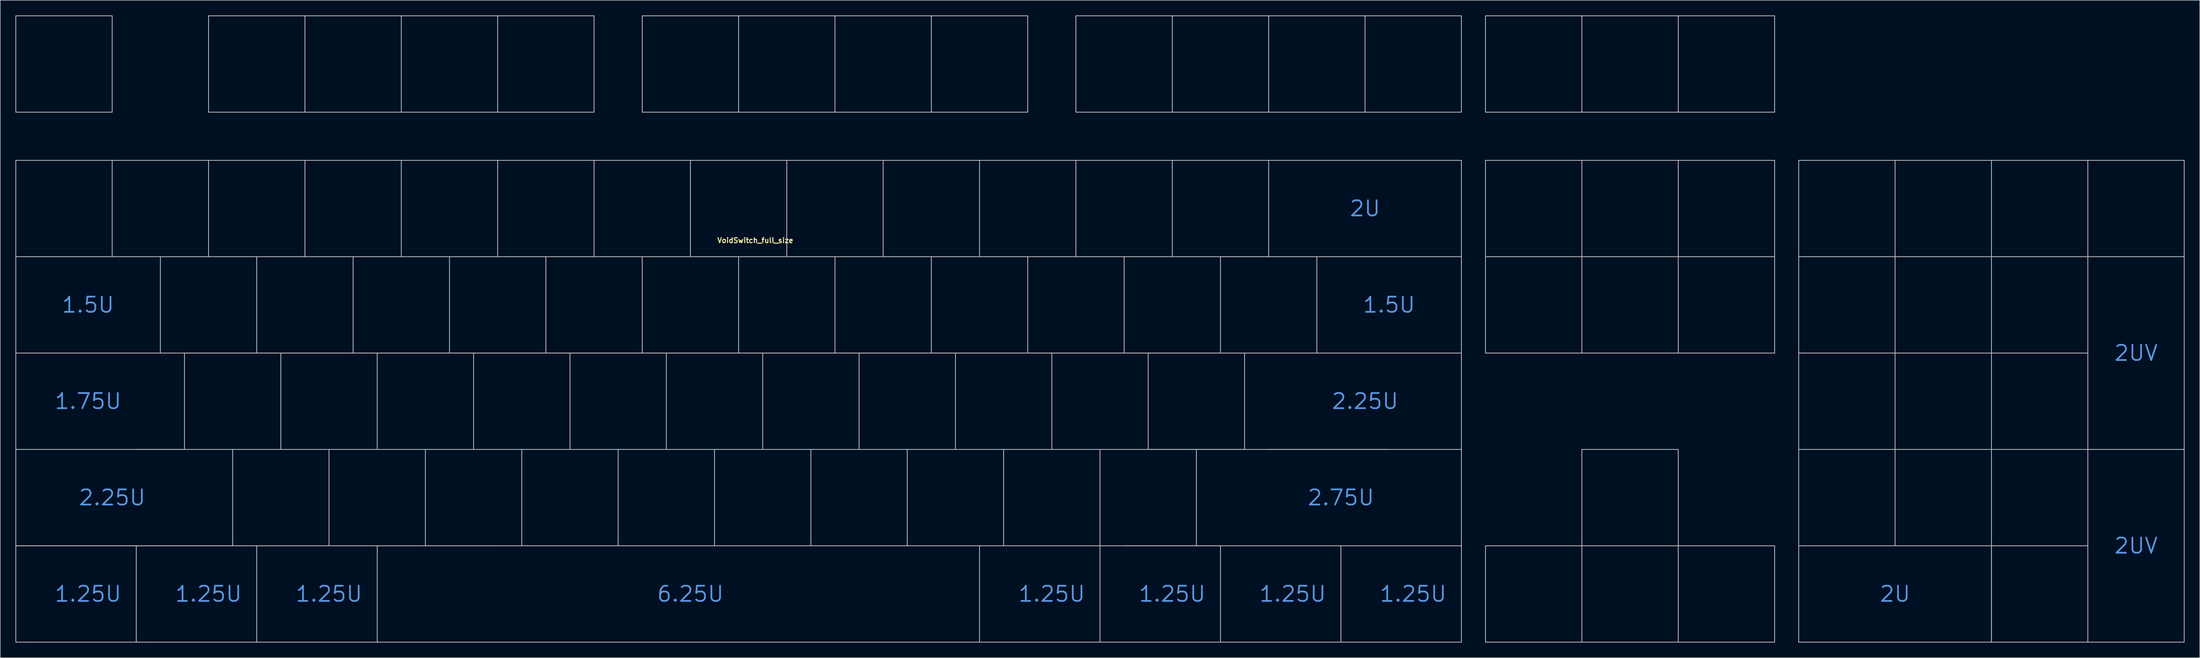
<source format=kicad_pcb>
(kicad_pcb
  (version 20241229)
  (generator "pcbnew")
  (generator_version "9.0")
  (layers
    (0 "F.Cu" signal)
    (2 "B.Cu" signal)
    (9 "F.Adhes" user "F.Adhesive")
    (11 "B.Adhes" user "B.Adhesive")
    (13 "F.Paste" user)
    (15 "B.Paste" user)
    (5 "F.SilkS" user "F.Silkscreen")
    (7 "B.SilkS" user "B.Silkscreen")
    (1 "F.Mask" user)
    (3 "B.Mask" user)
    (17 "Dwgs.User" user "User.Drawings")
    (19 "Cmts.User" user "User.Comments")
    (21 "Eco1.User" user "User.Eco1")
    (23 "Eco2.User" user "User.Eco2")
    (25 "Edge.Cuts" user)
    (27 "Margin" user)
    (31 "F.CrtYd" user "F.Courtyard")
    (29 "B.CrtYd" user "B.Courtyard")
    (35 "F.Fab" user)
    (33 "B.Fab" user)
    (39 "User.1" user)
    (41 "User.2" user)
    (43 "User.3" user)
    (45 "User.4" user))
  (footprint "VoidSwitch_full_size"
    (layer "F.Cu")
    (at 142.95 38.175)
    (property "Reference" "VoidSwitch_full_size" (at 3.3 6.3 0) (layer "F.SilkS") (effects (font (size 1 1) (thickness 0.2))))
    (attr smd exclude_from_bom)
    (fp_line (start -142.875 -38.1) (end -142.875 -19.05) (stroke (width 0.15) (type solid)) (layer "Dwgs.User"))
    (fp_line (start -142.875 -38.1) (end -123.825 -38.1) (stroke (width 0.15) (type solid)) (layer "Dwgs.User"))
    (fp_line (start -142.875 -19.05) (end -123.825 -19.05) (stroke (width 0.15) (type solid)) (layer "Dwgs.User"))
    (fp_line (start -142.875 -9.525) (end -142.875 9.525) (stroke (width 0.15) (type solid)) (layer "Dwgs.User"))
    (fp_line (start -142.875 -9.525) (end -123.825 -9.525) (stroke (width 0.15) (type solid)) (layer "Dwgs.User"))
    (fp_line (start -142.875 28.575) (end -142.875 47.625) (stroke (width 0.15) (type solid)) (layer "Dwgs.User"))
    (fp_line (start -142.875 47.625) (end -142.875 66.675) (stroke (width 0.15) (type solid)) (layer "Dwgs.User"))
    (fp_line (start -142.874 66.676) (end -119.062 66.676) (stroke (width 0.15) (type solid)) (layer "Dwgs.User"))
    (fp_line (start -142.874 85.726) (end -142.874 66.676) (stroke (width 0.15) (type solid)) (layer "Dwgs.User"))
    (fp_line (start -142.873 28.575) (end -142.873 9.525) (stroke (width 0.15) (type solid)) (layer "Dwgs.User"))
    (fp_line (start -123.825 -38.1) (end -123.825 -19.05) (stroke (width 0.15) (type solid)) (layer "Dwgs.User"))
    (fp_line (start -123.825 -9.525) (end -104.775 -9.525) (stroke (width 0.15) (type solid)) (layer "Dwgs.User"))
    (fp_line (start -123.825 9.525) (end -142.875 9.525) (stroke (width 0.15) (type solid)) (layer "Dwgs.User"))
    (fp_line (start -123.825 9.525) (end -123.825 -9.525) (stroke (width 0.15) (type solid)) (layer "Dwgs.User"))
    (fp_line (start -119.062 47.625) (end -100.013 47.625) (stroke (width 0.15) (type solid)) (layer "Dwgs.User"))
    (fp_line (start -119.062 66.676) (end -119.062 85.726) (stroke (width 0.15) (type solid)) (layer "Dwgs.User"))
    (fp_line (start -119.062 85.725) (end -142.874 85.726) (stroke (width 0.15) (type solid)) (layer "Dwgs.User"))
    (fp_line (start -119.061 66.676) (end -95.25 66.676) (stroke (width 0.15) (type solid)) (layer "Dwgs.User"))
    (fp_line (start -114.3 28.575) (end -142.873 28.575) (stroke (width 0.15) (type solid)) (layer "Dwgs.User"))
    (fp_line (start -114.3 28.575) (end -114.3 9.525) (stroke (width 0.15) (type solid)) (layer "Dwgs.User"))
    (fp_line (start -109.537 28.575) (end -90.487 28.575) (stroke (width 0.15) (type solid)) (layer "Dwgs.User"))
    (fp_line (start -109.537 47.625) (end -142.875 47.625) (stroke (width 0.15) (type solid)) (layer "Dwgs.User"))
    (fp_line (start -109.537 47.625) (end -109.537 28.575) (stroke (width 0.15) (type solid)) (layer "Dwgs.User"))
    (fp_line (start -104.775 -38.1) (end -104.775 -19.05) (stroke (width 0.15) (type solid)) (layer "Dwgs.User"))
    (fp_line (start -104.775 -38.1) (end -85.725 -38.1) (stroke (width 0.15) (type solid)) (layer "Dwgs.User"))
    (fp_line (start -104.775 -19.05) (end -85.725 -19.05) (stroke (width 0.15) (type solid)) (layer "Dwgs.User"))
    (fp_line (start -104.775 -9.525) (end -104.775 9.525) (stroke (width 0.15) (type solid)) (layer "Dwgs.User"))
    (fp_line (start -104.775 -9.525) (end -85.725 -9.525) (stroke (width 0.15) (type solid)) (layer "Dwgs.User"))
    (fp_line (start -104.775 9.525) (end -123.825 9.525) (stroke (width 0.15) (type solid)) (layer "Dwgs.User"))
    (fp_line (start -100.013 47.625) (end -80.963 47.625) (stroke (width 0.15) (type solid)) (layer "Dwgs.User"))
    (fp_line (start -100.013 66.675) (end -142.875 66.675) (stroke (width 0.15) (type solid)) (layer "Dwgs.User"))
    (fp_line (start -100.013 66.675) (end -100.013 47.625) (stroke (width 0.15) (type solid)) (layer "Dwgs.User"))
    (fp_line (start -95.25 9.525) (end -95.25 28.575) (stroke (width 0.15) (type solid)) (layer "Dwgs.User"))
    (fp_line (start -95.25 28.575) (end -114.3 28.575) (stroke (width 0.15) (type solid)) (layer "Dwgs.User"))
    (fp_line (start -95.25 66.676) (end -95.25 85.726) (stroke (width 0.15) (type solid)) (layer "Dwgs.User"))
    (fp_line (start -95.25 85.725) (end -119.061 85.726) (stroke (width 0.15) (type solid)) (layer "Dwgs.User"))
    (fp_line (start -95.249 66.676) (end -71.438 66.676) (stroke (width 0.15) (type solid)) (layer "Dwgs.User"))
    (fp_line (start -90.487 28.575) (end -90.487 47.625) (stroke (width 0.15) (type solid)) (layer "Dwgs.User"))
    (fp_line (start -90.487 28.575) (end -71.438 28.575) (stroke (width 0.15) (type solid)) (layer "Dwgs.User"))
    (fp_line (start -85.725 -38.1) (end -85.725 -19.05) (stroke (width 0.15) (type solid)) (layer "Dwgs.User"))
    (fp_line (start -85.725 -38.1) (end -66.675 -38.1) (stroke (width 0.15) (type solid)) (layer "Dwgs.User"))
    (fp_line (start -85.725 -19.05) (end -66.675 -19.05) (stroke (width 0.15) (type solid)) (layer "Dwgs.User"))
    (fp_line (start -85.725 -9.525) (end -85.725 9.525) (stroke (width 0.15) (type solid)) (layer "Dwgs.User"))
    (fp_line (start -85.725 -9.525) (end -66.675 -9.525) (stroke (width 0.15) (type solid)) (layer "Dwgs.User"))
    (fp_line (start -85.725 9.525) (end -104.775 9.525) (stroke (width 0.15) (type solid)) (layer "Dwgs.User"))
    (fp_line (start -80.963 47.625) (end -80.963 66.675) (stroke (width 0.15) (type solid)) (layer "Dwgs.User"))
    (fp_line (start -80.963 47.625) (end -61.913 47.625) (stroke (width 0.15) (type solid)) (layer "Dwgs.User"))
    (fp_line (start -76.2 9.525) (end -76.2 28.575) (stroke (width 0.15) (type solid)) (layer "Dwgs.User"))
    (fp_line (start -76.2 28.575) (end -95.25 28.575) (stroke (width 0.15) (type solid)) (layer "Dwgs.User"))
    (fp_line (start -71.438 28.575) (end -71.438 47.625) (stroke (width 0.15) (type solid)) (layer "Dwgs.User"))
    (fp_line (start -71.438 28.575) (end -52.388 28.575) (stroke (width 0.15) (type solid)) (layer "Dwgs.User"))
    (fp_line (start -71.438 85.725) (end -95.249 85.726) (stroke (width 0.15) (type solid)) (layer "Dwgs.User"))
    (fp_line (start -71.436 66.676) (end -47.625 66.676) (stroke (width 0.15) (type solid)) (layer "Dwgs.User"))
    (fp_line (start -71.436 85.726) (end -71.436 66.676) (stroke (width 0.15) (type solid)) (layer "Dwgs.User"))
    (fp_line (start -66.675 -38.1) (end -66.675 -19.05) (stroke (width 0.15) (type solid)) (layer "Dwgs.User"))
    (fp_line (start -66.675 -38.1) (end -47.625 -38.1) (stroke (width 0.15) (type solid)) (layer "Dwgs.User"))
    (fp_line (start -66.675 -19.05) (end -47.625 -19.05) (stroke (width 0.15) (type solid)) (layer "Dwgs.User"))
    (fp_line (start -66.675 -9.525) (end -47.625 -9.525) (stroke (width 0.15) (type solid)) (layer "Dwgs.User"))
    (fp_line (start -66.675 9.525) (end -85.725 9.525) (stroke (width 0.15) (type solid)) (layer "Dwgs.User"))
    (fp_line (start -66.675 9.525) (end -66.675 -9.525) (stroke (width 0.15) (type solid)) (layer "Dwgs.User"))
    (fp_line (start -61.913 47.625) (end -61.913 66.675) (stroke (width 0.15) (type solid)) (layer "Dwgs.User"))
    (fp_line (start -61.913 47.625) (end -42.862 47.625) (stroke (width 0.15) (type solid)) (layer "Dwgs.User"))
    (fp_line (start -57.15 28.575) (end -76.2 28.575) (stroke (width 0.15) (type solid)) (layer "Dwgs.User"))
    (fp_line (start -57.15 28.575) (end -57.15 9.525) (stroke (width 0.15) (type solid)) (layer "Dwgs.User"))
    (fp_line (start -52.388 28.575) (end -33.337 28.575) (stroke (width 0.15) (type solid)) (layer "Dwgs.User"))
    (fp_line (start -52.388 47.625) (end -52.388 28.575) (stroke (width 0.15) (type solid)) (layer "Dwgs.User"))
    (fp_line (start -47.625 -38.1) (end -47.625 -19.05) (stroke (width 0.15) (type solid)) (layer "Dwgs.User"))
    (fp_line (start -47.625 -38.1) (end -28.575 -38.1) (stroke (width 0.15) (type solid)) (layer "Dwgs.User"))
    (fp_line (start -47.625 -19.05) (end -28.575 -19.05) (stroke (width 0.15) (type solid)) (layer "Dwgs.User"))
    (fp_line (start -47.625 -9.525) (end -28.575 -9.525) (stroke (width 0.15) (type solid)) (layer "Dwgs.User"))
    (fp_line (start -47.625 9.525) (end -66.675 9.525) (stroke (width 0.15) (type solid)) (layer "Dwgs.User"))
    (fp_line (start -47.625 9.525) (end -47.625 -9.525) (stroke (width 0.15) (type solid)) (layer "Dwgs.User"))
    (fp_line (start -47.625 85.725) (end -71.436 85.726) (stroke (width 0.15) (type solid)) (layer "Dwgs.User"))
    (fp_line (start -47.624 66.675) (end -9.526 66.675) (stroke (width 0.15) (type solid)) (layer "Dwgs.User"))
    (fp_line (start -42.862 47.625) (end -23.812 47.625) (stroke (width 0.15) (type solid)) (layer "Dwgs.User"))
    (fp_line (start -42.862 66.675) (end -42.862 47.625) (stroke (width 0.15) (type solid)) (layer "Dwgs.User"))
    (fp_line (start -38.1 28.575) (end -57.15 28.575) (stroke (width 0.15) (type solid)) (layer "Dwgs.User"))
    (fp_line (start -38.1 28.575) (end -38.1 9.525) (stroke (width 0.15) (type solid)) (layer "Dwgs.User"))
    (fp_line (start -33.337 28.575) (end -14.287 28.575) (stroke (width 0.15) (type solid)) (layer "Dwgs.User"))
    (fp_line (start -33.337 47.625) (end -33.337 28.575) (stroke (width 0.15) (type solid)) (layer "Dwgs.User"))
    (fp_line (start -28.575 -38.1) (end -28.575 -19.05) (stroke (width 0.15) (type solid)) (layer "Dwgs.User"))
    (fp_line (start -28.575 -9.525) (end -9.525 -9.525) (stroke (width 0.15) (type solid)) (layer "Dwgs.User"))
    (fp_line (start -28.575 9.525) (end -47.625 9.525) (stroke (width 0.15) (type solid)) (layer "Dwgs.User"))
    (fp_line (start -28.575 9.525) (end -28.575 -9.525) (stroke (width 0.15) (type solid)) (layer "Dwgs.User"))
    (fp_line (start -23.812 47.625) (end -4.763 47.625) (stroke (width 0.15) (type solid)) (layer "Dwgs.User"))
    (fp_line (start -23.812 66.675) (end -23.812 47.625) (stroke (width 0.15) (type solid)) (layer "Dwgs.User"))
    (fp_line (start -19.05 -38.1) (end -19.05 -19.05) (stroke (width 0.15) (type solid)) (layer "Dwgs.User"))
    (fp_line (start -19.05 -38.1) (end 0 -38.1) (stroke (width 0.15) (type solid)) (layer "Dwgs.User"))
    (fp_line (start -19.05 -19.05) (end 0 -19.05) (stroke (width 0.15) (type solid)) (layer "Dwgs.User"))
    (fp_line (start -19.05 28.575) (end -38.1 28.575) (stroke (width 0.15) (type solid)) (layer "Dwgs.User"))
    (fp_line (start -19.05 28.575) (end -19.05 9.525) (stroke (width 0.15) (type solid)) (layer "Dwgs.User"))
    (fp_line (start -14.287 28.575) (end 4.763 28.575) (stroke (width 0.15) (type solid)) (layer "Dwgs.User"))
    (fp_line (start -14.287 47.625) (end -14.287 28.575) (stroke (width 0.15) (type solid)) (layer "Dwgs.User"))
    (fp_line (start -9.526 85.725) (end -47.624 85.725) (stroke (width 0.15) (type solid)) (layer "Dwgs.User"))
    (fp_line (start -9.525 -9.525) (end 9.525 -9.525) (stroke (width 0.15) (type solid)) (layer "Dwgs.User"))
    (fp_line (start -9.525 9.525) (end -28.575 9.525) (stroke (width 0.15) (type solid)) (layer "Dwgs.User"))
    (fp_line (start -9.525 9.525) (end -9.525 -9.525) (stroke (width 0.15) (type solid)) (layer "Dwgs.User"))
    (fp_line (start -4.763 47.625) (end 14.287 47.625) (stroke (width 0.15) (type solid)) (layer "Dwgs.User"))
    (fp_line (start -4.763 66.675) (end -4.763 47.625) (stroke (width 0.15) (type solid)) (layer "Dwgs.User"))
    (fp_line (start 0 -38.1) (end 0 -19.05) (stroke (width 0.15) (type solid)) (layer "Dwgs.User"))
    (fp_line (start 0 -38.1) (end 19.05 -38.1) (stroke (width 0.15) (type solid)) (layer "Dwgs.User"))
    (fp_line (start 0 -19.05) (end 19.05 -19.05) (stroke (width 0.15) (type solid)) (layer "Dwgs.User"))
    (fp_line (start 0 28.575) (end -19.05 28.575) (stroke (width 0.15) (type solid)) (layer "Dwgs.User"))
    (fp_line (start 0 28.575) (end 0 9.525) (stroke (width 0.15) (type solid)) (layer "Dwgs.User"))
    (fp_line (start 4.763 28.575) (end 23.812 28.575) (stroke (width 0.15) (type solid)) (layer "Dwgs.User"))
    (fp_line (start 4.763 47.625) (end 4.763 28.575) (stroke (width 0.15) (type solid)) (layer "Dwgs.User"))
    (fp_line (start 9.525 -9.525) (end 9.525 9.525) (stroke (width 0.15) (type solid)) (layer "Dwgs.User"))
    (fp_line (start 9.525 -9.525) (end 28.575 -9.525) (stroke (width 0.15) (type solid)) (layer "Dwgs.User"))
    (fp_line (start 9.525 9.525) (end -9.525 9.525) (stroke (width 0.15) (type solid)) (layer "Dwgs.User"))
    (fp_line (start 14.287 47.625) (end 33.337 47.625) (stroke (width 0.15) (type solid)) (layer "Dwgs.User"))
    (fp_line (start 14.287 66.675) (end 14.287 47.625) (stroke (width 0.15) (type solid)) (layer "Dwgs.User"))
    (fp_line (start 19.05 -38.1) (end 19.05 -19.05) (stroke (width 0.15) (type solid)) (layer "Dwgs.User"))
    (fp_line (start 19.05 -38.1) (end 38.1 -38.1) (stroke (width 0.15) (type solid)) (layer "Dwgs.User"))
    (fp_line (start 19.05 -19.05) (end 38.1 -19.05) (stroke (width 0.15) (type solid)) (layer "Dwgs.User"))
    (fp_line (start 19.05 9.525) (end 19.05 28.575) (stroke (width 0.15) (type solid)) (layer "Dwgs.User"))
    (fp_line (start 19.05 28.575) (end 0 28.575) (stroke (width 0.15) (type solid)) (layer "Dwgs.User"))
    (fp_line (start 23.812 28.575) (end 23.812 47.625) (stroke (width 0.15) (type solid)) (layer "Dwgs.User"))
    (fp_line (start 23.812 28.575) (end 42.862 28.575) (stroke (width 0.15) (type solid)) (layer "Dwgs.User"))
    (fp_line (start 28.575 -9.525) (end 28.575 9.525) (stroke (width 0.15) (type solid)) (layer "Dwgs.User"))
    (fp_line (start 28.575 -9.525) (end 47.625 -9.525) (stroke (width 0.15) (type solid)) (layer "Dwgs.User"))
    (fp_line (start 28.575 9.525) (end 9.525 9.525) (stroke (width 0.15) (type solid)) (layer "Dwgs.User"))
    (fp_line (start 28.575 66.675) (end -9.523 66.675) (stroke (width 0.15) (type solid)) (layer "Dwgs.User"))
    (fp_line (start 28.575 85.725) (end -9.523 85.725) (stroke (width 0.15) (type solid)) (layer "Dwgs.User"))
    (fp_line (start 28.576 66.675) (end 52.388 66.675) (stroke (width 0.15) (type solid)) (layer "Dwgs.User"))
    (fp_line (start 33.337 47.625) (end 33.337 66.675) (stroke (width 0.15) (type solid)) (layer "Dwgs.User"))
    (fp_line (start 33.337 47.625) (end 52.388 47.625) (stroke (width 0.15) (type solid)) (layer "Dwgs.User"))
    (fp_line (start 38.1 -38.1) (end 38.1 -19.05) (stroke (width 0.15) (type solid)) (layer "Dwgs.User"))
    (fp_line (start 38.1 -38.1) (end 57.15 -38.1) (stroke (width 0.15) (type solid)) (layer "Dwgs.User"))
    (fp_line (start 38.1 -19.05) (end 57.15 -19.05) (stroke (width 0.15) (type solid)) (layer "Dwgs.User"))
    (fp_line (start 38.1 9.525) (end 38.1 28.575) (stroke (width 0.15) (type solid)) (layer "Dwgs.User"))
    (fp_line (start 38.1 28.575) (end 19.05 28.575) (stroke (width 0.15) (type solid)) (layer "Dwgs.User"))
    (fp_line (start 42.862 28.575) (end 42.862 47.625) (stroke (width 0.15) (type solid)) (layer "Dwgs.User"))
    (fp_line (start 42.862 28.575) (end 61.913 28.575) (stroke (width 0.15) (type solid)) (layer "Dwgs.User"))
    (fp_line (start 47.625 -9.525) (end 47.625 9.525) (stroke (width 0.15) (type solid)) (layer "Dwgs.User"))
    (fp_line (start 47.625 -9.525) (end 66.675 -9.525) (stroke (width 0.15) (type solid)) (layer "Dwgs.User"))
    (fp_line (start 47.625 9.525) (end 28.575 9.525) (stroke (width 0.15) (type solid)) (layer "Dwgs.User"))
    (fp_line (start 47.625 85.725) (end 47.625 66.675) (stroke (width 0.15) (type solid)) (layer "Dwgs.User"))
    (fp_line (start 52.388 47.625) (end 52.388 66.675) (stroke (width 0.15) (type solid)) (layer "Dwgs.User"))
    (fp_line (start 52.388 47.625) (end 71.438 47.625) (stroke (width 0.15) (type solid)) (layer "Dwgs.User"))
    (fp_line (start 52.388 85.724) (end 28.576 85.725) (stroke (width 0.15) (type solid)) (layer "Dwgs.User"))
    (fp_line (start 57.15 -38.1) (end 57.15 -19.05) (stroke (width 0.15) (type solid)) (layer "Dwgs.User"))
    (fp_line (start 57.15 9.525) (end 57.15 28.575) (stroke (width 0.15) (type solid)) (layer "Dwgs.User"))
    (fp_line (start 57.15 28.575) (end 38.1 28.575) (stroke (width 0.15) (type solid)) (layer "Dwgs.User"))
    (fp_line (start 61.913 28.575) (end 61.913 47.625) (stroke (width 0.15) (type solid)) (layer "Dwgs.User"))
    (fp_line (start 61.913 28.575) (end 80.963 28.575) (stroke (width 0.15) (type solid)) (layer "Dwgs.User"))
    (fp_line (start 66.675 -38.1) (end 66.675 -19.05) (stroke (width 0.15) (type solid)) (layer "Dwgs.User"))
    (fp_line (start 66.675 -38.1) (end 85.725 -38.1) (stroke (width 0.15) (type solid)) (layer "Dwgs.User"))
    (fp_line (start 66.675 -19.05) (end 85.725 -19.05) (stroke (width 0.15) (type solid)) (layer "Dwgs.User"))
    (fp_line (start 66.675 -9.525) (end 66.675 9.525) (stroke (width 0.15) (type solid)) (layer "Dwgs.User"))
    (fp_line (start 66.675 -9.525) (end 85.725 -9.525) (stroke (width 0.15) (type solid)) (layer "Dwgs.User"))
    (fp_line (start 66.675 9.525) (end 47.625 9.525) (stroke (width 0.15) (type solid)) (layer "Dwgs.User"))
    (fp_line (start 71.438 47.625) (end 71.438 66.675) (stroke (width 0.15) (type solid)) (layer "Dwgs.User"))
    (fp_line (start 71.438 47.625) (end 90.487 47.625) (stroke (width 0.15) (type solid)) (layer "Dwgs.User"))
    (fp_line (start 71.438 66.675) (end 52.388 66.675) (stroke (width 0.15) (type solid)) (layer "Dwgs.User"))
    (fp_line (start 71.438 85.725) (end 71.438 66.675) (stroke (width 0.15) (type solid)) (layer "Dwgs.User"))
    (fp_line (start 76.2 9.525) (end 76.2 28.575) (stroke (width 0.15) (type solid)) (layer "Dwgs.User"))
    (fp_line (start 76.2 28.575) (end 57.15 28.575) (stroke (width 0.15) (type solid)) (layer "Dwgs.User"))
    (fp_line (start 76.2 66.675) (end 95.25 66.675) (stroke (width 0.15) (type solid)) (layer "Dwgs.User"))
    (fp_line (start 76.2 85.724) (end 52.389 85.725) (stroke (width 0.15) (type solid)) (layer "Dwgs.User"))
    (fp_line (start 80.963 28.575) (end 80.963 47.625) (stroke (width 0.15) (type solid)) (layer "Dwgs.User"))
    (fp_line (start 80.963 28.575) (end 100.013 28.575) (stroke (width 0.15) (type solid)) (layer "Dwgs.User"))
    (fp_line (start 85.725 -38.1) (end 85.725 -19.05) (stroke (width 0.15) (type solid)) (layer "Dwgs.User"))
    (fp_line (start 85.725 -38.1) (end 104.775 -38.1) (stroke (width 0.15) (type solid)) (layer "Dwgs.User"))
    (fp_line (start 85.725 -19.05) (end 104.775 -19.05) (stroke (width 0.15) (type solid)) (layer "Dwgs.User"))
    (fp_line (start 85.725 -9.525) (end 104.775 -9.525) (stroke (width 0.15) (type solid)) (layer "Dwgs.User"))
    (fp_line (start 85.725 9.525) (end 66.675 9.525) (stroke (width 0.15) (type solid)) (layer "Dwgs.User"))
    (fp_line (start 85.725 9.525) (end 85.725 -9.525) (stroke (width 0.15) (type solid)) (layer "Dwgs.User"))
    (fp_line (start 90.487 47.625) (end 90.487 66.675) (stroke (width 0.15) (type solid)) (layer "Dwgs.User"))
    (fp_line (start 90.487 47.625) (end 109.537 47.625) (stroke (width 0.15) (type solid)) (layer "Dwgs.User"))
    (fp_line (start 90.487 66.675) (end 71.438 66.675) (stroke (width 0.15) (type solid)) (layer "Dwgs.User"))
    (fp_line (start 95.25 9.525) (end 114.3 9.525) (stroke (width 0.15) (type solid)) (layer "Dwgs.User"))
    (fp_line (start 95.25 28.575) (end 76.2 28.575) (stroke (width 0.15) (type solid)) (layer "Dwgs.User"))
    (fp_line (start 95.25 28.575) (end 95.25 9.525) (stroke (width 0.15) (type solid)) (layer "Dwgs.User"))
    (fp_line (start 95.25 66.675) (end 95.25 85.725) (stroke (width 0.15) (type solid)) (layer "Dwgs.User"))
    (fp_line (start 95.25 85.725) (end 76.2 85.725) (stroke (width 0.15) (type solid)) (layer "Dwgs.User"))
    (fp_line (start 100.013 28.575) (end 142.875 28.575) (stroke (width 0.15) (type solid)) (layer "Dwgs.User"))
    (fp_line (start 100.013 47.625) (end 80.963 47.625) (stroke (width 0.15) (type solid)) (layer "Dwgs.User"))
    (fp_line (start 100.013 47.625) (end 100.013 28.575) (stroke (width 0.15) (type solid)) (layer "Dwgs.User"))
    (fp_line (start 104.775 -38.1) (end 104.775 -19.05) (stroke (width 0.15) (type solid)) (layer "Dwgs.User"))
    (fp_line (start 104.775 -38.1) (end 123.825 -38.1) (stroke (width 0.15) (type solid)) (layer "Dwgs.User"))
    (fp_line (start 104.775 -19.05) (end 123.825 -19.05) (stroke (width 0.15) (type solid)) (layer "Dwgs.User"))
    (fp_line (start 104.775 -9.525) (end 104.775 9.525) (stroke (width 0.15) (type solid)) (layer "Dwgs.User"))
    (fp_line (start 104.775 9.525) (end 85.725 9.525) (stroke (width 0.15) (type solid)) (layer "Dwgs.User"))
    (fp_line (start 104.777 -9.525) (end 142.875 -9.525) (stroke (width 0.15) (type solid)) (layer "Dwgs.User"))
    (fp_line (start 109.537 47.625) (end 128.588 47.625) (stroke (width 0.15) (type solid)) (layer "Dwgs.User"))
    (fp_line (start 114.3 9.525) (end 114.3 28.575) (stroke (width 0.15) (type solid)) (layer "Dwgs.User"))
    (fp_line (start 114.302 9.525) (end 142.875 9.525) (stroke (width 0.15) (type solid)) (layer "Dwgs.User"))
    (fp_line (start 119.062 66.675) (end 119.062 85.725) (stroke (width 0.15) (type solid)) (layer "Dwgs.User"))
    (fp_line (start 119.062 85.724) (end 95.251 85.725) (stroke (width 0.15) (type solid)) (layer "Dwgs.User"))
    (fp_line (start 123.825 -38.1) (end 123.825 -19.05) (stroke (width 0.15) (type solid)) (layer "Dwgs.User"))
    (fp_line (start 123.825 -38.1) (end 142.875 -38.1) (stroke (width 0.15) (type solid)) (layer "Dwgs.User"))
    (fp_line (start 123.825 -19.05) (end 142.875 -19.05) (stroke (width 0.15) (type solid)) (layer "Dwgs.User"))
    (fp_line (start 142.875 -38.1) (end 142.875 -19.05) (stroke (width 0.15) (type solid)) (layer "Dwgs.User"))
    (fp_line (start 142.875 -9.525) (end 142.875 9.525) (stroke (width 0.15) (type solid)) (layer "Dwgs.User"))
    (fp_line (start 142.875 9.525) (end 142.875 28.575) (stroke (width 0.15) (type solid)) (layer "Dwgs.User"))
    (fp_line (start 142.875 28.575) (end 142.875 47.625) (stroke (width 0.15) (type solid)) (layer "Dwgs.User"))
    (fp_line (start 142.875 47.625) (end 104.777 47.625) (stroke (width 0.15) (type solid)) (layer "Dwgs.User"))
    (fp_line (start 142.875 47.625) (end 142.875 66.675) (stroke (width 0.15) (type solid)) (layer "Dwgs.User"))
    (fp_line (start 142.875 66.675) (end 90.487 66.675) (stroke (width 0.15) (type solid)) (layer "Dwgs.User"))
    (fp_line (start 142.875 66.675) (end 142.875 85.725) (stroke (width 0.15) (type solid)) (layer "Dwgs.User"))
    (fp_line (start 142.875 85.724) (end 119.064 85.725) (stroke (width 0.15) (type solid)) (layer "Dwgs.User"))
    (fp_line (start 147.637 -38.1) (end 147.637 -19.05) (stroke (width 0.15) (type solid)) (layer "Dwgs.User"))
    (fp_line (start 147.637 -38.1) (end 166.688 -38.1) (stroke (width 0.15) (type solid)) (layer "Dwgs.User"))
    (fp_line (start 147.637 -19.05) (end 166.688 -19.05) (stroke (width 0.15) (type solid)) (layer "Dwgs.User"))
    (fp_line (start 147.637 -9.525) (end 147.637 9.525) (stroke (width 0.15) (type solid)) (layer "Dwgs.User"))
    (fp_line (start 147.637 -9.525) (end 166.688 -9.525) (stroke (width 0.15) (type solid)) (layer "Dwgs.User"))
    (fp_line (start 147.637 9.525) (end 147.637 28.575) (stroke (width 0.15) (type solid)) (layer "Dwgs.User"))
    (fp_line (start 147.637 9.525) (end 166.688 9.525) (stroke (width 0.15) (type solid)) (layer "Dwgs.User"))
    (fp_line (start 147.637 28.575) (end 166.688 28.575) (stroke (width 0.15) (type solid)) (layer "Dwgs.User"))
    (fp_line (start 147.637 66.675) (end 147.637 85.725) (stroke (width 0.15) (type solid)) (layer "Dwgs.User"))
    (fp_line (start 147.637 66.675) (end 166.688 66.675) (stroke (width 0.15) (type solid)) (layer "Dwgs.User"))
    (fp_line (start 147.637 85.725) (end 166.688 85.725) (stroke (width 0.15) (type solid)) (layer "Dwgs.User"))
    (fp_line (start 166.688 -38.1) (end 166.688 -19.05) (stroke (width 0.15) (type solid)) (layer "Dwgs.User"))
    (fp_line (start 166.688 -38.1) (end 185.738 -38.1) (stroke (width 0.15) (type solid)) (layer "Dwgs.User"))
    (fp_line (start 166.688 -19.05) (end 185.738 -19.05) (stroke (width 0.15) (type solid)) (layer "Dwgs.User"))
    (fp_line (start 166.688 -9.525) (end 166.688 9.525) (stroke (width 0.15) (type solid)) (layer "Dwgs.User"))
    (fp_line (start 166.688 -9.525) (end 185.738 -9.525) (stroke (width 0.15) (type solid)) (layer "Dwgs.User"))
    (fp_line (start 166.688 9.525) (end 166.688 28.575) (stroke (width 0.15) (type solid)) (layer "Dwgs.User"))
    (fp_line (start 166.688 9.525) (end 185.738 9.525) (stroke (width 0.15) (type solid)) (layer "Dwgs.User"))
    (fp_line (start 166.688 28.575) (end 185.738 28.575) (stroke (width 0.15) (type solid)) (layer "Dwgs.User"))
    (fp_line (start 166.688 47.625) (end 166.688 66.675) (stroke (width 0.15) (type solid)) (layer "Dwgs.User"))
    (fp_line (start 166.688 47.625) (end 185.738 47.625) (stroke (width 0.15) (type solid)) (layer "Dwgs.User"))
    (fp_line (start 166.688 66.675) (end 166.688 85.725) (stroke (width 0.15) (type solid)) (layer "Dwgs.User"))
    (fp_line (start 166.688 66.675) (end 185.738 66.675) (stroke (width 0.15) (type solid)) (layer "Dwgs.User"))
    (fp_line (start 166.688 85.725) (end 185.738 85.725) (stroke (width 0.15) (type solid)) (layer "Dwgs.User"))
    (fp_line (start 185.738 -38.1) (end 185.738 -19.05) (stroke (width 0.15) (type solid)) (layer "Dwgs.User"))
    (fp_line (start 185.738 -38.1) (end 204.787 -38.1) (stroke (width 0.15) (type solid)) (layer "Dwgs.User"))
    (fp_line (start 185.738 -19.05) (end 204.787 -19.05) (stroke (width 0.15) (type solid)) (layer "Dwgs.User"))
    (fp_line (start 185.738 -9.525) (end 185.738 9.525) (stroke (width 0.15) (type solid)) (layer "Dwgs.User"))
    (fp_line (start 185.738 -9.525) (end 204.787 -9.525) (stroke (width 0.15) (type solid)) (layer "Dwgs.User"))
    (fp_line (start 185.738 9.525) (end 185.738 28.575) (stroke (width 0.15) (type solid)) (layer "Dwgs.User"))
    (fp_line (start 185.738 9.525) (end 204.787 9.525) (stroke (width 0.15) (type solid)) (layer "Dwgs.User"))
    (fp_line (start 185.738 28.575) (end 204.787 28.575) (stroke (width 0.15) (type solid)) (layer "Dwgs.User"))
    (fp_line (start 185.738 47.625) (end 185.738 66.675) (stroke (width 0.15) (type solid)) (layer "Dwgs.User"))
    (fp_line (start 185.738 66.675) (end 185.738 85.725) (stroke (width 0.15) (type solid)) (layer "Dwgs.User"))
    (fp_line (start 185.738 66.675) (end 204.787 66.675) (stroke (width 0.15) (type solid)) (layer "Dwgs.User"))
    (fp_line (start 185.738 85.725) (end 204.787 85.725) (stroke (width 0.15) (type solid)) (layer "Dwgs.User"))
    (fp_line (start 204.787 -38.1) (end 204.787 -19.05) (stroke (width 0.15) (type solid)) (layer "Dwgs.User"))
    (fp_line (start 204.787 -9.525) (end 204.787 9.525) (stroke (width 0.15) (type solid)) (layer "Dwgs.User"))
    (fp_line (start 204.787 9.525) (end 204.787 28.575) (stroke (width 0.15) (type solid)) (layer "Dwgs.User"))
    (fp_line (start 204.787 66.675) (end 204.787 85.725) (stroke (width 0.15) (type solid)) (layer "Dwgs.User"))
    (fp_line (start 209.55 -9.525) (end 209.55 9.525) (stroke (width 0.15) (type solid)) (layer "Dwgs.User"))
    (fp_line (start 209.55 -9.525) (end 228.6 -9.525) (stroke (width 0.15) (type solid)) (layer "Dwgs.User"))
    (fp_line (start 209.55 9.525) (end 209.55 28.575) (stroke (width 0.15) (type solid)) (layer "Dwgs.User"))
    (fp_line (start 209.55 9.525) (end 228.6 9.525) (stroke (width 0.15) (type solid)) (layer "Dwgs.User"))
    (fp_line (start 209.55 28.575) (end 209.55 47.625) (stroke (width 0.15) (type solid)) (layer "Dwgs.User"))
    (fp_line (start 209.55 28.575) (end 228.6 28.575) (stroke (width 0.15) (type solid)) (layer "Dwgs.User"))
    (fp_line (start 209.55 47.625) (end 209.55 66.675) (stroke (width 0.15) (type solid)) (layer "Dwgs.User"))
    (fp_line (start 209.55 47.625) (end 228.6 47.625) (stroke (width 0.15) (type solid)) (layer "Dwgs.User"))
    (fp_line (start 209.55 66.675) (end 247.65 66.675) (stroke (width 0.15) (type solid)) (layer "Dwgs.User"))
    (fp_line (start 209.55 85.725) (end 209.55 66.675) (stroke (width 0.15) (type solid)) (layer "Dwgs.User"))
    (fp_line (start 209.55 85.725) (end 247.65 85.725) (stroke (width 0.15) (type solid)) (layer "Dwgs.User"))
    (fp_line (start 228.6 -9.525) (end 228.6 9.525) (stroke (width 0.15) (type solid)) (layer "Dwgs.User"))
    (fp_line (start 228.6 -9.525) (end 247.65 -9.525) (stroke (width 0.15) (type solid)) (layer "Dwgs.User"))
    (fp_line (start 228.6 9.525) (end 228.6 28.575) (stroke (width 0.15) (type solid)) (layer "Dwgs.User"))
    (fp_line (start 228.6 9.525) (end 247.65 9.525) (stroke (width 0.15) (type solid)) (layer "Dwgs.User"))
    (fp_line (start 228.6 28.575) (end 228.6 47.625) (stroke (width 0.15) (type solid)) (layer "Dwgs.User"))
    (fp_line (start 228.6 28.575) (end 247.65 28.575) (stroke (width 0.15) (type solid)) (layer "Dwgs.User"))
    (fp_line (start 228.6 47.625) (end 228.6 66.675) (stroke (width 0.15) (type solid)) (layer "Dwgs.User"))
    (fp_line (start 228.6 47.625) (end 247.65 47.625) (stroke (width 0.15) (type solid)) (layer "Dwgs.User"))
    (fp_line (start 247.65 -9.525) (end 247.65 9.525) (stroke (width 0.15) (type solid)) (layer "Dwgs.User"))
    (fp_line (start 247.65 -9.525) (end 266.7 -9.525) (stroke (width 0.15) (type solid)) (layer "Dwgs.User"))
    (fp_line (start 247.65 9.525) (end 247.65 28.575) (stroke (width 0.15) (type solid)) (layer "Dwgs.User"))
    (fp_line (start 247.65 9.525) (end 266.7 9.525) (stroke (width 0.15) (type solid)) (layer "Dwgs.User"))
    (fp_line (start 247.65 28.575) (end 247.65 47.625) (stroke (width 0.15) (type solid)) (layer "Dwgs.User"))
    (fp_line (start 247.65 28.575) (end 266.7 28.575) (stroke (width 0.15) (type solid)) (layer "Dwgs.User"))
    (fp_line (start 247.65 47.625) (end 247.65 66.675) (stroke (width 0.15) (type solid)) (layer "Dwgs.User"))
    (fp_line (start 247.65 47.625) (end 266.7 47.625) (stroke (width 0.15) (type solid)) (layer "Dwgs.User"))
    (fp_line (start 247.65 66.675) (end 247.65 85.725) (stroke (width 0.15) (type solid)) (layer "Dwgs.User"))
    (fp_line (start 247.65 66.675) (end 247.65 85.725) (stroke (width 0.15) (type solid)) (layer "Dwgs.User"))
    (fp_line (start 247.65 66.675) (end 266.7 66.675) (stroke (width 0.15) (type solid)) (layer "Dwgs.User"))
    (fp_line (start 247.65 85.725) (end 266.7 85.725) (stroke (width 0.15) (type solid)) (layer "Dwgs.User"))
    (fp_line (start 266.7 -9.525) (end 266.7 9.525) (stroke (width 0.15) (type solid)) (layer "Dwgs.User"))
    (fp_line (start 266.7 -9.525) (end 285.75 -9.525) (stroke (width 0.15) (type solid)) (layer "Dwgs.User"))
    (fp_line (start 266.7 9.525) (end 266.7 28.575) (stroke (width 0.15) (type solid)) (layer "Dwgs.User"))
    (fp_line (start 266.7 9.525) (end 285.75 9.525) (stroke (width 0.15) (type solid)) (layer "Dwgs.User"))
    (fp_line (start 266.7 28.575) (end 266.7 47.625) (stroke (width 0.15) (type solid)) (layer "Dwgs.User"))
    (fp_line (start 266.7 47.625) (end 266.7 66.675) (stroke (width 0.15) (type solid)) (layer "Dwgs.User"))
    (fp_line (start 266.7 47.625) (end 285.75 47.625) (stroke (width 0.15) (type solid)) (layer "Dwgs.User"))
    (fp_line (start 266.7 66.675) (end 266.7 85.725) (stroke (width 0.15) (type solid)) (layer "Dwgs.User"))
    (fp_line (start 266.7 85.725) (end 285.75 85.725) (stroke (width 0.15) (type solid)) (layer "Dwgs.User"))
    (fp_line (start 285.75 -9.525) (end 285.75 9.525) (stroke (width 0.15) (type solid)) (layer "Dwgs.User"))
    (fp_line (start 285.75 9.525) (end 285.75 47.625) (stroke (width 0.15) (type solid)) (layer "Dwgs.User"))
    (fp_line (start 285.75 47.625) (end 285.75 85.725) (stroke (width 0.15) (type solid)) (layer "Dwgs.User"))
    (fp_text user "2U" (at 123.825 0 0) (unlocked yes) (layer "Cmts.User") (effects (font (size 3 3) (thickness 0.35))))
    (fp_text user "2.25U" (at -123.825 57.15 0) (unlocked yes) (layer "Cmts.User") (effects (font (size 3 3) (thickness 0.35))))
    (fp_text user "2U" (at 228.6 76.2 0) (unlocked yes) (layer "Cmts.User") (effects (font (size 3 3) (thickness 0.35))))
    (fp_text user "1.25U" (at 61.913 76.2 0) (unlocked yes) (layer "Cmts.User") (effects (font (size 3 3) (thickness 0.35))))
    (fp_text user "2.75U" (at 119.062 57.15 0) (unlocked yes) (layer "Cmts.User") (effects (font (size 3 3) (thickness 0.35))))
    (fp_text user "6.25U" (at -9.525 76.2 0) (unlocked yes) (layer "Cmts.User") (effects (font (size 3 3) (thickness 0.35))))
    (fp_text user "1.25U" (at 85.725 76.2 0) (unlocked yes) (layer "Cmts.User") (effects (font (size 3 3) (thickness 0.35))))
    (fp_text user "2UV" (at 276.225 66.675 0) (unlocked yes) (layer "Cmts.User") (effects (font (size 3 3) (thickness 0.35))))
    (fp_text user "1.25U" (at -104.775 76.2 0) (unlocked yes) (layer "Cmts.User") (effects (font (size 3 3) (thickness 0.35))))
    (fp_text user "1.75U" (at -128.588 38.1 0) (unlocked yes) (layer "Cmts.User") (effects (font (size 3 3) (thickness 0.35))))
    (fp_text user "1.25U" (at -80.963 76.2 0) (unlocked yes) (layer "Cmts.User") (effects (font (size 3 3) (thickness 0.35))))
    (fp_text user "1.25U" (at 109.537 76.2 0) (unlocked yes) (layer "Cmts.User") (effects (font (size 3 3) (thickness 0.35))))
    (fp_text user "1.25U" (at -128.588 76.2 0) (unlocked yes) (layer "Cmts.User") (effects (font (size 3 3) (thickness 0.35))))
    (fp_text user "1.5U" (at -128.588 19.05 0) (unlocked yes) (layer "Cmts.User") (effects (font (size 3 3) (thickness 0.35))))
    (fp_text user "2UV" (at 276.225 28.575 0) (unlocked yes) (layer "Cmts.User") (effects (font (size 3 3) (thickness 0.35))))
    (fp_text user "1.5U" (at 128.588 19.05 0) (unlocked yes) (layer "Cmts.User") (effects (font (size 3 3) (thickness 0.35))))
    (fp_text user "1.25U" (at 133.35 76.2 0) (unlocked yes) (layer "Cmts.User") (effects (font (size 3 3) (thickness 0.35))))
    (fp_text user "2.25U" (at 123.825 38.1 0) (unlocked yes) (layer "Cmts.User") (effects (font (size 3 3) (thickness 0.35)))))
  (gr_rect
    (start -3 -3)
    (end 431.775 126.976)
    (stroke (width 0.1) (type default))
    (fill no)
    (layer "Edge.Cuts")))
</source>
